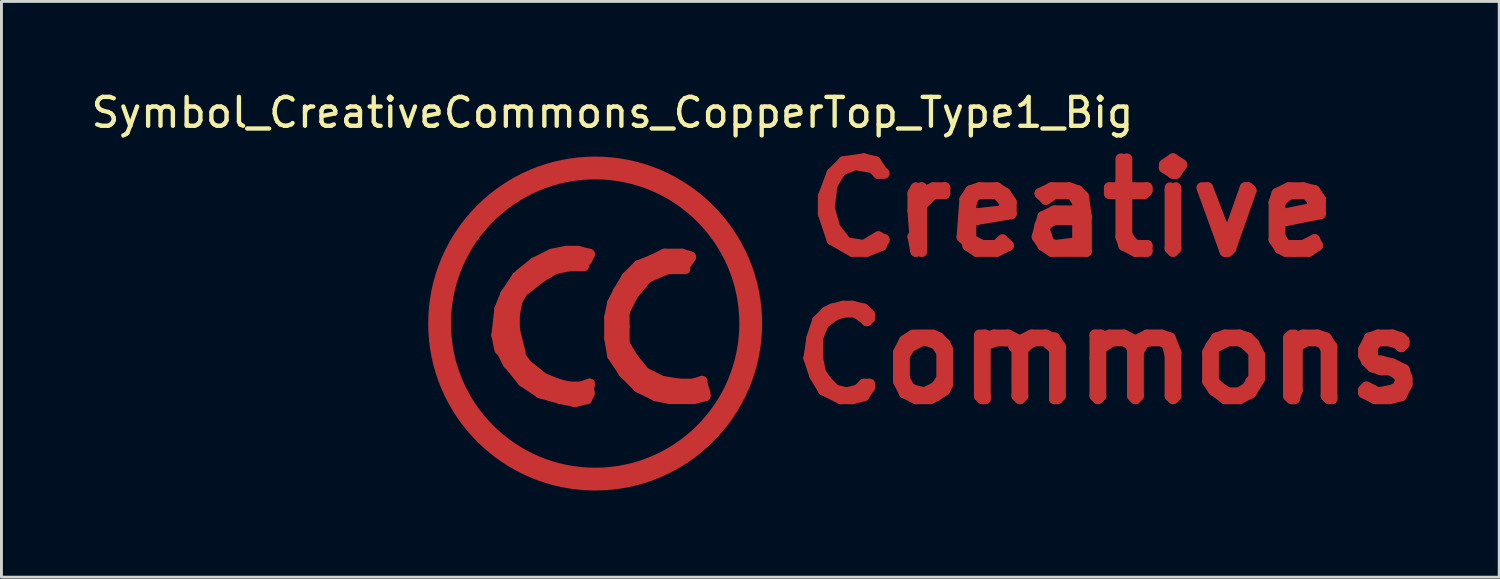
<source format=kicad_pcb>
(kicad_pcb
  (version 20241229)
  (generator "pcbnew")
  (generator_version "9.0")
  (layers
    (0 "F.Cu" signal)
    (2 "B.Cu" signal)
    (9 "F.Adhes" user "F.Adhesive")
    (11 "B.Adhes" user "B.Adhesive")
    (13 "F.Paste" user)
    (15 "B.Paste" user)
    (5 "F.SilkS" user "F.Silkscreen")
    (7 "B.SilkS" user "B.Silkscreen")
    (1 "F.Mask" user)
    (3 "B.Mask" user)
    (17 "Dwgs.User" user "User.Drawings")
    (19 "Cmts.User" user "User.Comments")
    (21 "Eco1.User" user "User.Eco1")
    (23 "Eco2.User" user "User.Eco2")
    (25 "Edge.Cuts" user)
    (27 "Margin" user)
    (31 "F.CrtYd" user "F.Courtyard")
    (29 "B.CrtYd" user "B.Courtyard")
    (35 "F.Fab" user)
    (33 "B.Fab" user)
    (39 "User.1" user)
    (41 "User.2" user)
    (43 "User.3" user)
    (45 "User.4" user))
  (footprint "Symbol_CreativeCommons_CopperTop_Type1_Big"
    (layer "F.Cu")
    (at 17.549 8.148)
    (property "Reference" "Symbol_CreativeCommons_CopperTop_Type1_Big" (at 0.599 -7.3 0) (layer "F.SilkS") (effects (font (size 1 1) (thickness 0.15))))
    (attr exclude_from_pos_files exclude_from_bom)
    (fp_line (start -5.4 0.099) (end -5.199 1.3) (stroke (width 0.381) (type solid)) (layer "F.Cu"))
    (fp_line (start -5.301 -1.1) (end -5.4 0.099) (stroke (width 0.381) (type solid)) (layer "F.Cu"))
    (fp_line (start -5.199 1.3) (end -4.801 2.4) (stroke (width 0.381) (type solid)) (layer "F.Cu"))
    (fp_line (start -5.001 -2.101) (end -5.301 -1.1) (stroke (width 0.381) (type solid)) (layer "F.Cu"))
    (fp_line (start -4.801 2.4) (end -3.8 3.899) (stroke (width 0.381) (type solid)) (layer "F.Cu"))
    (fp_line (start -4.501 -3) (end -5.001 -2.101) (stroke (width 0.381) (type solid)) (layer "F.Cu"))
    (fp_line (start -4 -3.599) (end -4.501 -3) (stroke (width 0.381) (type solid)) (layer "F.Cu"))
    (fp_line (start -3.8 3.899) (end -2.601 4.801) (stroke (width 0.381) (type solid)) (layer "F.Cu"))
    (fp_line (start -3.401 0.399) (end -3.299 0.899) (stroke (width 0.381) (type solid)) (layer "F.Cu"))
    (fp_line (start -3.299 -4.201) (end -4 -3.599) (stroke (width 0.381) (type solid)) (layer "F.Cu"))
    (fp_line (start -3.299 -0.5) (end -3.401 0.399) (stroke (width 0.381) (type solid)) (layer "F.Cu"))
    (fp_line (start -3.299 -0.3) (end -3.299 0.401) (stroke (width 0.381) (type solid)) (layer "F.Cu"))
    (fp_line (start -3.299 0.401) (end -3.2 1.001) (stroke (width 0.381) (type solid)) (layer "F.Cu"))
    (fp_line (start -3.299 0.8) (end -3 1.4) (stroke (width 0.381) (type solid)) (layer "F.Cu"))
    (fp_line (start -3.099 -1.001) (end -3.299 -0.5) (stroke (width 0.381) (type solid)) (layer "F.Cu"))
    (fp_line (start -3.099 -0.899) (end -3.299 -0.3) (stroke (width 0.381) (type solid)) (layer "F.Cu"))
    (fp_line (start -3.099 0) (end -3 -0.599) (stroke (width 0.381) (type solid)) (layer "F.Cu"))
    (fp_line (start -3 -0.8) (end -2.7 -1.3) (stroke (width 0.381) (type solid)) (layer "F.Cu"))
    (fp_line (start -3 0.701) (end -3.099 0) (stroke (width 0.381) (type solid)) (layer "F.Cu"))
    (fp_line (start -2.997 1.199) (end -2.598 1.199) (stroke (width 0.381) (type solid)) (layer "F.Cu"))
    (fp_line (start -2.898 1.499) (end -2.497 1.999) (stroke (width 0.381) (type solid)) (layer "F.Cu"))
    (fp_line (start -2.799 -0.3) (end -2.799 0.201) (stroke (width 0.381) (type solid)) (layer "F.Cu"))
    (fp_line (start -2.799 0.201) (end -2.598 1.001) (stroke (width 0.381) (type solid)) (layer "F.Cu"))
    (fp_line (start -2.799 1.4) (end -3 0.701) (stroke (width 0.381) (type solid)) (layer "F.Cu"))
    (fp_line (start -2.7 -4.699) (end -3.299 -4.201) (stroke (width 0.381) (type solid)) (layer "F.Cu"))
    (fp_line (start -2.7 -1.6) (end -3.099 -1.001) (stroke (width 0.381) (type solid)) (layer "F.Cu"))
    (fp_line (start -2.7 -1.1) (end -2.2 -1.6) (stroke (width 0.381) (type solid)) (layer "F.Cu"))
    (fp_line (start -2.7 -0.8) (end -2.799 -0.3) (stroke (width 0.381) (type solid)) (layer "F.Cu"))
    (fp_line (start -2.697 1.001) (end -2.398 1.4) (stroke (width 0.381) (type solid)) (layer "F.Cu"))
    (fp_line (start -2.601 4.801) (end -1.3 5.301) (stroke (width 0.381) (type solid)) (layer "F.Cu"))
    (fp_line (start -2.598 -1.6) (end -3.099 -0.899) (stroke (width 0.381) (type solid)) (layer "F.Cu"))
    (fp_line (start -2.499 -1.699) (end -2.7 -1.6) (stroke (width 0.381) (type solid)) (layer "F.Cu"))
    (fp_line (start -2.497 1.999) (end -1.897 2.4) (stroke (width 0.381) (type solid)) (layer "F.Cu"))
    (fp_line (start -2.4 -1.3) (end -2.7 -0.8) (stroke (width 0.381) (type solid)) (layer "F.Cu"))
    (fp_line (start -2.296 1.499) (end -1.796 1.9) (stroke (width 0.381) (type solid)) (layer "F.Cu"))
    (fp_line (start -2.296 1.798) (end -2.797 1.298) (stroke (width 0.381) (type solid)) (layer "F.Cu"))
    (fp_line (start -2.2 -1.699) (end -1.699 -1.999) (stroke (width 0.381) (type solid)) (layer "F.Cu"))
    (fp_line (start -2.101 -2.098) (end -2.598 -1.699) (stroke (width 0.381) (type solid)) (layer "F.Cu"))
    (fp_line (start -1.999 -4.9) (end -2.7 -4.699) (stroke (width 0.381) (type solid)) (layer "F.Cu"))
    (fp_line (start -1.9 -1.598) (end -2.4 -1.199) (stroke (width 0.381) (type solid)) (layer "F.Cu"))
    (fp_line (start -1.897 2.4) (end -1.196 2.598) (stroke (width 0.381) (type solid)) (layer "F.Cu"))
    (fp_line (start -1.796 1.9) (end -1.298 2.098) (stroke (width 0.381) (type solid)) (layer "F.Cu"))
    (fp_line (start -1.699 -1.999) (end -1.199 -2.2) (stroke (width 0.381) (type solid)) (layer "F.Cu"))
    (fp_line (start -1.598 2.299) (end -2.296 1.798) (stroke (width 0.381) (type solid)) (layer "F.Cu"))
    (fp_line (start -1.499 -2.398) (end -2.101 -2.098) (stroke (width 0.381) (type solid)) (layer "F.Cu"))
    (fp_line (start -1.4 -1.897) (end -1.9 -1.598) (stroke (width 0.381) (type solid)) (layer "F.Cu"))
    (fp_line (start -1.3 -5.1) (end -1.999 -4.9) (stroke (width 0.381) (type solid)) (layer "F.Cu"))
    (fp_line (start -1.3 5.301) (end 0.099 5.301) (stroke (width 0.381) (type solid)) (layer "F.Cu"))
    (fp_line (start -1.298 2.098) (end -0.897 2.2) (stroke (width 0.381) (type solid)) (layer "F.Cu"))
    (fp_line (start -1.199 -2.2) (end -0.699 -2.2) (stroke (width 0.381) (type solid)) (layer "F.Cu"))
    (fp_line (start -1.196 2.598) (end -0.696 2.7) (stroke (width 0.381) (type solid)) (layer "F.Cu"))
    (fp_line (start -1.001 -2.499) (end -1.499 -2.398) (stroke (width 0.381) (type solid)) (layer "F.Cu"))
    (fp_line (start -0.899 -1.999) (end -1.4 -1.897) (stroke (width 0.381) (type solid)) (layer "F.Cu"))
    (fp_line (start -0.897 2.2) (end -0.498 2.2) (stroke (width 0.381) (type solid)) (layer "F.Cu"))
    (fp_line (start -0.897 2.499) (end -1.598 2.299) (stroke (width 0.381) (type solid)) (layer "F.Cu"))
    (fp_line (start -0.701 2.7) (end -0.3 2.601) (stroke (width 0.381) (type solid)) (layer "F.Cu"))
    (fp_line (start -0.699 -2.2) (end -0.3 -2.2) (stroke (width 0.381) (type solid)) (layer "F.Cu"))
    (fp_line (start -0.599 -2.499) (end -1.001 -2.499) (stroke (width 0.381) (type solid)) (layer "F.Cu"))
    (fp_line (start -0.5 -5.4) (end -1.3 -5.1) (stroke (width 0.381) (type solid)) (layer "F.Cu"))
    (fp_line (start -0.498 2.2) (end -0.198 2.098) (stroke (width 0.381) (type solid)) (layer "F.Cu"))
    (fp_line (start -0.399 -1.999) (end -0.899 -1.999) (stroke (width 0.381) (type solid)) (layer "F.Cu"))
    (fp_line (start -0.3 -2.2) (end -0.201 -2.398) (stroke (width 0.381) (type solid)) (layer "F.Cu"))
    (fp_line (start -0.3 2.601) (end -0.201 2.101) (stroke (width 0.381) (type solid)) (layer "F.Cu"))
    (fp_line (start -0.297 2.4) (end -0.897 2.499) (stroke (width 0.381) (type solid)) (layer "F.Cu"))
    (fp_line (start -0.201 -2.398) (end -0.599 -2.499) (stroke (width 0.381) (type solid)) (layer "F.Cu"))
    (fp_line (start -0.198 2.098) (end -0.297 2.4) (stroke (width 0.381) (type solid)) (layer "F.Cu"))
    (fp_line (start -0.198 2.4) (end -0.297 2.598) (stroke (width 0.381) (type solid)) (layer "F.Cu"))
    (fp_line (start 0 -5.4) (end -0.5 -5.4) (stroke (width 0.381) (type solid)) (layer "F.Cu"))
    (fp_line (start 0.099 5.301) (end 1.6 5.199) (stroke (width 0.381) (type solid)) (layer "F.Cu"))
    (fp_line (start 0.503 -0.201) (end 0.503 0.498) (stroke (width 0.381) (type solid)) (layer "F.Cu"))
    (fp_line (start 0.503 0.498) (end 0.602 1.1) (stroke (width 0.381) (type solid)) (layer "F.Cu"))
    (fp_line (start 0.602 -0.701) (end 0.503 -0.201) (stroke (width 0.381) (type solid)) (layer "F.Cu"))
    (fp_line (start 0.602 1.1) (end 1.001 1.699) (stroke (width 0.381) (type solid)) (layer "F.Cu"))
    (fp_line (start 0.701 -0.3) (end 1.001 -1.001) (stroke (width 0.381) (type solid)) (layer "F.Cu"))
    (fp_line (start 0.803 -1.1) (end 0.602 -0.701) (stroke (width 0.381) (type solid)) (layer "F.Cu"))
    (fp_line (start 0.803 0.699) (end 0.701 -0.3) (stroke (width 0.381) (type solid)) (layer "F.Cu"))
    (fp_line (start 1.001 -1.001) (end 1.603 -1.702) (stroke (width 0.381) (type solid)) (layer "F.Cu"))
    (fp_line (start 1.001 -0.401) (end 1.001 0.099) (stroke (width 0.381) (type solid)) (layer "F.Cu"))
    (fp_line (start 1.001 0.099) (end 1.001 0.699) (stroke (width 0.381) (type solid)) (layer "F.Cu"))
    (fp_line (start 1.001 0.699) (end 1.3 1.199) (stroke (width 0.381) (type solid)) (layer "F.Cu"))
    (fp_line (start 1.001 1.699) (end 1.501 2.2) (stroke (width 0.381) (type solid)) (layer "F.Cu"))
    (fp_line (start 1.102 -1.6) (end 0.803 -1.1) (stroke (width 0.381) (type solid)) (layer "F.Cu"))
    (fp_line (start 1.201 1.6) (end 0.803 0.699) (stroke (width 0.381) (type solid)) (layer "F.Cu"))
    (fp_line (start 1.3 -1.001) (end 1.001 -0.401) (stroke (width 0.381) (type solid)) (layer "F.Cu"))
    (fp_line (start 1.3 1.199) (end 1.702 1.699) (stroke (width 0.381) (type solid)) (layer "F.Cu"))
    (fp_line (start 1.4 -5.199) (end 0 -5.301) (stroke (width 0.381) (type solid)) (layer "F.Cu"))
    (fp_line (start 1.501 -2.002) (end 1.102 -1.6) (stroke (width 0.381) (type solid)) (layer "F.Cu"))
    (fp_line (start 1.501 2.2) (end 2.101 2.499) (stroke (width 0.381) (type solid)) (layer "F.Cu"))
    (fp_line (start 1.6 5.199) (end 2.601 4.699) (stroke (width 0.381) (type solid)) (layer "F.Cu"))
    (fp_line (start 1.603 -1.702) (end 2.301 -2.101) (stroke (width 0.381) (type solid)) (layer "F.Cu"))
    (fp_line (start 1.702 1.699) (end 2.301 1.999) (stroke (width 0.381) (type solid)) (layer "F.Cu"))
    (fp_line (start 1.801 -1.6) (end 1.3 -1.001) (stroke (width 0.381) (type solid)) (layer "F.Cu"))
    (fp_line (start 1.801 2.098) (end 1.201 1.6) (stroke (width 0.381) (type solid)) (layer "F.Cu"))
    (fp_line (start 2.002 -2.202) (end 1.501 -2.002) (stroke (width 0.381) (type solid)) (layer "F.Cu"))
    (fp_line (start 2.101 2.499) (end 2.601 2.598) (stroke (width 0.381) (type solid)) (layer "F.Cu"))
    (fp_line (start 2.301 -2.101) (end 3.002 -2.101) (stroke (width 0.381) (type solid)) (layer "F.Cu"))
    (fp_line (start 2.301 1.999) (end 2.901 2.098) (stroke (width 0.381) (type solid)) (layer "F.Cu"))
    (fp_line (start 2.4 -4.801) (end 1.4 -5.199) (stroke (width 0.381) (type solid)) (layer "F.Cu"))
    (fp_line (start 2.403 -2.4) (end 2.002 -2.202) (stroke (width 0.381) (type solid)) (layer "F.Cu"))
    (fp_line (start 2.502 -1.9) (end 1.801 -1.6) (stroke (width 0.381) (type solid)) (layer "F.Cu"))
    (fp_line (start 2.601 2.598) (end 3.002 2.598) (stroke (width 0.381) (type solid)) (layer "F.Cu"))
    (fp_line (start 2.601 4.699) (end 4.201 3.401) (stroke (width 0.381) (type solid)) (layer "F.Cu"))
    (fp_line (start 2.802 2.4) (end 1.801 2.098) (stroke (width 0.381) (type solid)) (layer "F.Cu"))
    (fp_line (start 2.901 2.098) (end 3.401 2.098) (stroke (width 0.381) (type solid)) (layer "F.Cu"))
    (fp_line (start 3 -2.4) (end 3.299 -2.301) (stroke (width 0.381) (type solid)) (layer "F.Cu"))
    (fp_line (start 3.002 -2.4) (end 2.403 -2.4) (stroke (width 0.381) (type solid)) (layer "F.Cu"))
    (fp_line (start 3.002 -2.101) (end 3.101 -1.9) (stroke (width 0.381) (type solid)) (layer "F.Cu"))
    (fp_line (start 3.002 2.598) (end 3.401 2.598) (stroke (width 0.381) (type solid)) (layer "F.Cu"))
    (fp_line (start 3.101 -1.9) (end 2.502 -1.9) (stroke (width 0.381) (type solid)) (layer "F.Cu"))
    (fp_line (start 3.299 -2.301) (end 3.099 -1.999) (stroke (width 0.381) (type solid)) (layer "F.Cu"))
    (fp_line (start 3.401 -4.1) (end 2.4 -4.801) (stroke (width 0.381) (type solid)) (layer "F.Cu"))
    (fp_line (start 3.401 2.098) (end 3.701 1.999) (stroke (width 0.381) (type solid)) (layer "F.Cu"))
    (fp_line (start 3.401 2.598) (end 3.802 2.499) (stroke (width 0.381) (type solid)) (layer "F.Cu"))
    (fp_line (start 3.701 2.101) (end 3.8 2.4) (stroke (width 0.381) (type solid)) (layer "F.Cu"))
    (fp_line (start 3.701 2.299) (end 2.802 2.4) (stroke (width 0.381) (type solid)) (layer "F.Cu"))
    (fp_line (start 3.802 2.499) (end 3.701 2.299) (stroke (width 0.381) (type solid)) (layer "F.Cu"))
    (fp_line (start 4.201 3.401) (end 5.001 1.801) (stroke (width 0.381) (type solid)) (layer "F.Cu"))
    (fp_line (start 4.699 -2.499) (end 3.401 -4.1) (stroke (width 0.381) (type solid)) (layer "F.Cu"))
    (fp_line (start 5.001 1.801) (end 5.4 0.3) (stroke (width 0.381) (type solid)) (layer "F.Cu"))
    (fp_line (start 5.199 -1.4) (end 4.699 -2.499) (stroke (width 0.381) (type solid)) (layer "F.Cu"))
    (fp_line (start 5.4 0.3) (end 5.199 -1.4) (stroke (width 0.381) (type solid)) (layer "F.Cu"))
    (fp_line (start 7.399 1.199) (end 7.6 1.801) (stroke (width 0.381) (type solid)) (layer "F.Cu"))
    (fp_line (start 7.501 0.5) (end 7.399 1.199) (stroke (width 0.381) (type solid)) (layer "F.Cu"))
    (fp_line (start 7.6 1.801) (end 7.899 2.301) (stroke (width 0.381) (type solid)) (layer "F.Cu"))
    (fp_line (start 7.699 -0.099) (end 7.501 0.5) (stroke (width 0.381) (type solid)) (layer "F.Cu"))
    (fp_line (start 7.699 0.5) (end 7.899 0) (stroke (width 0.381) (type solid)) (layer "F.Cu"))
    (fp_line (start 7.699 1.199) (end 7.699 0.5) (stroke (width 0.381) (type solid)) (layer "F.Cu"))
    (fp_line (start 7.8 1.699) (end 7.699 1.199) (stroke (width 0.381) (type solid)) (layer "F.Cu"))
    (fp_line (start 7.899 -4.399) (end 7.899 -3.8) (stroke (width 0.381) (type solid)) (layer "F.Cu"))
    (fp_line (start 7.899 -3.8) (end 8.199 -2.901) (stroke (width 0.381) (type solid)) (layer "F.Cu"))
    (fp_line (start 7.899 0) (end 8.301 -0.3) (stroke (width 0.381) (type solid)) (layer "F.Cu"))
    (fp_line (start 7.899 2.301) (end 8.499 2.601) (stroke (width 0.381) (type solid)) (layer "F.Cu"))
    (fp_line (start 8.001 -0.399) (end 7.699 -0.099) (stroke (width 0.381) (type solid)) (layer "F.Cu"))
    (fp_line (start 8.001 1.999) (end 7.8 1.699) (stroke (width 0.381) (type solid)) (layer "F.Cu"))
    (fp_line (start 8.1 -4) (end 8.199 -4.801) (stroke (width 0.381) (type solid)) (layer "F.Cu"))
    (fp_line (start 8.199 -5.199) (end 7.899 -4.399) (stroke (width 0.381) (type solid)) (layer "F.Cu"))
    (fp_line (start 8.199 -4.801) (end 8.499 -5.301) (stroke (width 0.381) (type solid)) (layer "F.Cu"))
    (fp_line (start 8.199 -2.901) (end 8.9 -2.499) (stroke (width 0.381) (type solid)) (layer "F.Cu"))
    (fp_line (start 8.199 -0.5) (end 8.001 -0.399) (stroke (width 0.381) (type solid)) (layer "F.Cu"))
    (fp_line (start 8.301 -3.299) (end 8.1 -4) (stroke (width 0.381) (type solid)) (layer "F.Cu"))
    (fp_line (start 8.301 -0.3) (end 8.6 -0.399) (stroke (width 0.381) (type solid)) (layer "F.Cu"))
    (fp_line (start 8.301 2.301) (end 8.001 1.999) (stroke (width 0.381) (type solid)) (layer "F.Cu"))
    (fp_line (start 8.499 -5.301) (end 8.999 -5.499) (stroke (width 0.381) (type solid)) (layer "F.Cu"))
    (fp_line (start 8.499 2.601) (end 8.9 2.601) (stroke (width 0.381) (type solid)) (layer "F.Cu"))
    (fp_line (start 8.6 -5.601) (end 8.199 -5.199) (stroke (width 0.381) (type solid)) (layer "F.Cu"))
    (fp_line (start 8.6 -0.599) (end 8.199 -0.5) (stroke (width 0.381) (type solid)) (layer "F.Cu"))
    (fp_line (start 8.6 -0.399) (end 8.999 -0.399) (stroke (width 0.381) (type solid)) (layer "F.Cu"))
    (fp_line (start 8.7 -2.799) (end 8.301 -3.299) (stroke (width 0.381) (type solid)) (layer "F.Cu"))
    (fp_line (start 8.7 2.4) (end 8.301 2.301) (stroke (width 0.381) (type solid)) (layer "F.Cu"))
    (fp_line (start 8.9 -2.499) (end 9.401 -2.499) (stroke (width 0.381) (type solid)) (layer "F.Cu"))
    (fp_line (start 8.9 -0.599) (end 8.6 -0.599) (stroke (width 0.381) (type solid)) (layer "F.Cu"))
    (fp_line (start 8.9 2.601) (end 9.299 2.499) (stroke (width 0.381) (type solid)) (layer "F.Cu"))
    (fp_line (start 8.999 -5.499) (end 9.601 -5.4) (stroke (width 0.381) (type solid)) (layer "F.Cu"))
    (fp_line (start 8.999 -0.399) (end 9.299 -0.201) (stroke (width 0.381) (type solid)) (layer "F.Cu"))
    (fp_line (start 9.101 2.301) (end 8.7 2.4) (stroke (width 0.381) (type solid)) (layer "F.Cu"))
    (fp_line (start 9.299 -5.7) (end 8.6 -5.601) (stroke (width 0.381) (type solid)) (layer "F.Cu"))
    (fp_line (start 9.299 -2.7) (end 8.7 -2.799) (stroke (width 0.381) (type solid)) (layer "F.Cu"))
    (fp_line (start 9.299 -0.5) (end 8.9 -0.599) (stroke (width 0.381) (type solid)) (layer "F.Cu"))
    (fp_line (start 9.299 -0.201) (end 9.401 -0.099) (stroke (width 0.381) (type solid)) (layer "F.Cu"))
    (fp_line (start 9.299 2.101) (end 9.101 2.301) (stroke (width 0.381) (type solid)) (layer "F.Cu"))
    (fp_line (start 9.299 2.499) (end 9.5 2.2) (stroke (width 0.381) (type solid)) (layer "F.Cu"))
    (fp_line (start 9.401 -2.499) (end 9.901 -2.7) (stroke (width 0.381) (type solid)) (layer "F.Cu"))
    (fp_line (start 9.401 -0.099) (end 9.5 -0.201) (stroke (width 0.381) (type solid)) (layer "F.Cu"))
    (fp_line (start 9.5 -0.3) (end 9.299 -0.5) (stroke (width 0.381) (type solid)) (layer "F.Cu"))
    (fp_line (start 9.5 -0.201) (end 9.5 -0.3) (stroke (width 0.381) (type solid)) (layer "F.Cu"))
    (fp_line (start 9.5 2.101) (end 9.299 2.101) (stroke (width 0.381) (type solid)) (layer "F.Cu"))
    (fp_line (start 9.5 2.2) (end 9.5 2.101) (stroke (width 0.381) (type solid)) (layer "F.Cu"))
    (fp_line (start 9.601 -5.4) (end 9.799 -5.199) (stroke (width 0.381) (type solid)) (layer "F.Cu"))
    (fp_line (start 9.7 -5.601) (end 9.299 -5.7) (stroke (width 0.381) (type solid)) (layer "F.Cu"))
    (fp_line (start 9.799 -5.199) (end 10 -5.199) (stroke (width 0.381) (type solid)) (layer "F.Cu"))
    (fp_line (start 9.799 -3) (end 9.299 -2.7) (stroke (width 0.381) (type solid)) (layer "F.Cu"))
    (fp_line (start 9.901 -5.301) (end 9.7 -5.601) (stroke (width 0.381) (type solid)) (layer "F.Cu"))
    (fp_line (start 9.901 -2.7) (end 10 -2.901) (stroke (width 0.381) (type solid)) (layer "F.Cu"))
    (fp_line (start 10 -2.901) (end 9.799 -3) (stroke (width 0.381) (type solid)) (layer "F.Cu"))
    (fp_line (start 10.5 1.001) (end 10.701 0.599) (stroke (width 0.381) (type solid)) (layer "F.Cu"))
    (fp_line (start 10.5 1.999) (end 10.5 1.001) (stroke (width 0.381) (type solid)) (layer "F.Cu"))
    (fp_line (start 10.701 0.599) (end 11.001 0.399) (stroke (width 0.381) (type solid)) (layer "F.Cu"))
    (fp_line (start 10.701 1.1) (end 10.899 0.8) (stroke (width 0.381) (type solid)) (layer "F.Cu"))
    (fp_line (start 10.701 1.9) (end 10.701 1.1) (stroke (width 0.381) (type solid)) (layer "F.Cu"))
    (fp_line (start 10.701 2.101) (end 10.8 2.101) (stroke (width 0.381) (type solid)) (layer "F.Cu"))
    (fp_line (start 10.701 2.4) (end 10.5 1.999) (stroke (width 0.381) (type solid)) (layer "F.Cu"))
    (fp_line (start 10.8 2.101) (end 10.701 1.9) (stroke (width 0.381) (type solid)) (layer "F.Cu"))
    (fp_line (start 10.899 0.8) (end 11.3 0.599) (stroke (width 0.381) (type solid)) (layer "F.Cu"))
    (fp_line (start 11.001 -4.501) (end 11.001 -3.899) (stroke (width 0.381) (type solid)) (layer "F.Cu"))
    (fp_line (start 11.001 -3.899) (end 11.1 -2.499) (stroke (width 0.381) (type solid)) (layer "F.Cu"))
    (fp_line (start 11.001 -3) (end 11.3 -2.499) (stroke (width 0.381) (type solid)) (layer "F.Cu"))
    (fp_line (start 11.001 2.301) (end 10.701 2.101) (stroke (width 0.381) (type solid)) (layer "F.Cu"))
    (fp_line (start 11.1 -4.699) (end 11.001 -4.501) (stroke (width 0.381) (type solid)) (layer "F.Cu"))
    (fp_line (start 11.1 -2.499) (end 11.001 -3) (stroke (width 0.381) (type solid)) (layer "F.Cu"))
    (fp_line (start 11.1 0.399) (end 11.6 0.399) (stroke (width 0.381) (type solid)) (layer "F.Cu"))
    (fp_line (start 11.1 2.601) (end 10.701 2.4) (stroke (width 0.381) (type solid)) (layer "F.Cu"))
    (fp_line (start 11.199 0.5) (end 11.501 0.599) (stroke (width 0.381) (type solid)) (layer "F.Cu"))
    (fp_line (start 11.3 -4.699) (end 11.3 -4.501) (stroke (width 0.381) (type solid)) (layer "F.Cu"))
    (fp_line (start 11.3 -4.501) (end 11.699 -4.699) (stroke (width 0.381) (type solid)) (layer "F.Cu"))
    (fp_line (start 11.3 -2.499) (end 11.3 -4.699) (stroke (width 0.381) (type solid)) (layer "F.Cu"))
    (fp_line (start 11.4 2.4) (end 11.001 2.301) (stroke (width 0.381) (type solid)) (layer "F.Cu"))
    (fp_line (start 11.501 -4.3) (end 11.3 -4.1) (stroke (width 0.381) (type solid)) (layer "F.Cu"))
    (fp_line (start 11.501 0.599) (end 11.801 0.701) (stroke (width 0.381) (type solid)) (layer "F.Cu"))
    (fp_line (start 11.6 2.601) (end 11.1 2.601) (stroke (width 0.381) (type solid)) (layer "F.Cu"))
    (fp_line (start 11.699 -4.699) (end 12.101 -4.699) (stroke (width 0.381) (type solid)) (layer "F.Cu"))
    (fp_line (start 11.699 -4.501) (end 11.501 -4.3) (stroke (width 0.381) (type solid)) (layer "F.Cu"))
    (fp_line (start 11.699 0.399) (end 11.9 0.5) (stroke (width 0.381) (type solid)) (layer "F.Cu"))
    (fp_line (start 11.801 0.701) (end 11.999 1.001) (stroke (width 0.381) (type solid)) (layer "F.Cu"))
    (fp_line (start 11.801 2.2) (end 11.4 2.4) (stroke (width 0.381) (type solid)) (layer "F.Cu"))
    (fp_line (start 11.801 2.499) (end 11.6 2.601) (stroke (width 0.381) (type solid)) (layer "F.Cu"))
    (fp_line (start 11.9 0.5) (end 12.101 0.701) (stroke (width 0.381) (type solid)) (layer "F.Cu"))
    (fp_line (start 11.999 1.001) (end 11.999 1.9) (stroke (width 0.381) (type solid)) (layer "F.Cu"))
    (fp_line (start 11.999 1.9) (end 11.801 2.2) (stroke (width 0.381) (type solid)) (layer "F.Cu"))
    (fp_line (start 12.101 -4.699) (end 12.101 -4.501) (stroke (width 0.381) (type solid)) (layer "F.Cu"))
    (fp_line (start 12.101 -4.501) (end 11.699 -4.501) (stroke (width 0.381) (type solid)) (layer "F.Cu"))
    (fp_line (start 12.101 0.701) (end 12.2 0.899) (stroke (width 0.381) (type solid)) (layer "F.Cu"))
    (fp_line (start 12.101 2.301) (end 11.801 2.499) (stroke (width 0.381) (type solid)) (layer "F.Cu"))
    (fp_line (start 12.2 0.899) (end 12.2 2.101) (stroke (width 0.381) (type solid)) (layer "F.Cu"))
    (fp_line (start 12.2 2.101) (end 12.101 2.301) (stroke (width 0.381) (type solid)) (layer "F.Cu"))
    (fp_line (start 12.7 -3) (end 13 -2.7) (stroke (width 0.381) (type solid)) (layer "F.Cu"))
    (fp_line (start 12.799 -4.3) (end 12.7 -3) (stroke (width 0.381) (type solid)) (layer "F.Cu"))
    (fp_line (start 12.901 -2.7) (end 13.2 -2.499) (stroke (width 0.381) (type solid)) (layer "F.Cu"))
    (fp_line (start 13 -4.6) (end 12.799 -4.3) (stroke (width 0.381) (type solid)) (layer "F.Cu"))
    (fp_line (start 13 -4.1) (end 13.099 -4.399) (stroke (width 0.381) (type solid)) (layer "F.Cu"))
    (fp_line (start 13 -3.401) (end 13 -4.1) (stroke (width 0.381) (type solid)) (layer "F.Cu"))
    (fp_line (start 13 -2.901) (end 13 -3.401) (stroke (width 0.381) (type solid)) (layer "F.Cu"))
    (fp_line (start 13 -2.7) (end 12.901 -2.7) (stroke (width 0.381) (type solid)) (layer "F.Cu"))
    (fp_line (start 13.099 -4.399) (end 13.299 -4.501) (stroke (width 0.381) (type solid)) (layer "F.Cu"))
    (fp_line (start 13.2 -3.8) (end 13.2 -3.599) (stroke (width 0.381) (type solid)) (layer "F.Cu"))
    (fp_line (start 13.2 -3.599) (end 14.399 -3.8) (stroke (width 0.381) (type solid)) (layer "F.Cu"))
    (fp_line (start 13.2 -2.499) (end 13.899 -2.499) (stroke (width 0.381) (type solid)) (layer "F.Cu"))
    (fp_line (start 13.299 -4.699) (end 13 -4.6) (stroke (width 0.381) (type solid)) (layer "F.Cu"))
    (fp_line (start 13.299 -4.501) (end 13.599 -4.501) (stroke (width 0.381) (type solid)) (layer "F.Cu"))
    (fp_line (start 13.299 0.399) (end 13.299 2.499) (stroke (width 0.381) (type solid)) (layer "F.Cu"))
    (fp_line (start 13.299 2.499) (end 13.401 2.601) (stroke (width 0.381) (type solid)) (layer "F.Cu"))
    (fp_line (start 13.401 -2.7) (end 13 -2.901) (stroke (width 0.381) (type solid)) (layer "F.Cu"))
    (fp_line (start 13.401 2.601) (end 13.5 2.601) (stroke (width 0.381) (type solid)) (layer "F.Cu"))
    (fp_line (start 13.5 0.399) (end 13.401 0.399) (stroke (width 0.381) (type solid)) (layer "F.Cu"))
    (fp_line (start 13.5 0.5) (end 13.8 0.399) (stroke (width 0.381) (type solid)) (layer "F.Cu"))
    (fp_line (start 13.5 2.499) (end 13.5 0.399) (stroke (width 0.381) (type solid)) (layer "F.Cu"))
    (fp_line (start 13.5 2.601) (end 13.5 2.499) (stroke (width 0.381) (type solid)) (layer "F.Cu"))
    (fp_line (start 13.599 -4.501) (end 13.899 -4.501) (stroke (width 0.381) (type solid)) (layer "F.Cu"))
    (fp_line (start 13.8 0.399) (end 14.3 0.399) (stroke (width 0.381) (type solid)) (layer "F.Cu"))
    (fp_line (start 13.899 -4.699) (end 13.299 -4.699) (stroke (width 0.381) (type solid)) (layer "F.Cu"))
    (fp_line (start 13.899 -4.501) (end 14.1 -4.3) (stroke (width 0.381) (type solid)) (layer "F.Cu"))
    (fp_line (start 13.899 -2.7) (end 13.401 -2.7) (stroke (width 0.381) (type solid)) (layer "F.Cu"))
    (fp_line (start 13.899 -2.499) (end 14.3 -2.7) (stroke (width 0.381) (type solid)) (layer "F.Cu"))
    (fp_line (start 13.899 0.599) (end 13.599 0.701) (stroke (width 0.381) (type solid)) (layer "F.Cu"))
    (fp_line (start 14.1 -4.3) (end 14.201 -4.1) (stroke (width 0.381) (type solid)) (layer "F.Cu"))
    (fp_line (start 14.1 -3.899) (end 13.2 -3.8) (stroke (width 0.381) (type solid)) (layer "F.Cu"))
    (fp_line (start 14.1 -2.901) (end 13.899 -2.7) (stroke (width 0.381) (type solid)) (layer "F.Cu"))
    (fp_line (start 14.201 -4.501) (end 13.899 -4.699) (stroke (width 0.381) (type solid)) (layer "F.Cu"))
    (fp_line (start 14.201 -4.1) (end 14.1 -3.899) (stroke (width 0.381) (type solid)) (layer "F.Cu"))
    (fp_line (start 14.201 0.599) (end 13.899 0.599) (stroke (width 0.381) (type solid)) (layer "F.Cu"))
    (fp_line (start 14.3 -2.7) (end 14.201 -2.799) (stroke (width 0.381) (type solid)) (layer "F.Cu"))
    (fp_line (start 14.3 0.399) (end 14.699 0.599) (stroke (width 0.381) (type solid)) (layer "F.Cu"))
    (fp_line (start 14.399 -4.201) (end 14.201 -4.501) (stroke (width 0.381) (type solid)) (layer "F.Cu"))
    (fp_line (start 14.399 -3.8) (end 14.399 -4.201) (stroke (width 0.381) (type solid)) (layer "F.Cu"))
    (fp_line (start 14.399 0.599) (end 14.201 0.599) (stroke (width 0.381) (type solid)) (layer "F.Cu"))
    (fp_line (start 14.501 0.8) (end 14.399 0.599) (stroke (width 0.381) (type solid)) (layer "F.Cu"))
    (fp_line (start 14.6 0.8) (end 14.501 0.8) (stroke (width 0.381) (type solid)) (layer "F.Cu"))
    (fp_line (start 14.6 2.499) (end 14.6 0.8) (stroke (width 0.381) (type solid)) (layer "F.Cu"))
    (fp_line (start 14.699 0.599) (end 15.1 0.399) (stroke (width 0.381) (type solid)) (layer "F.Cu"))
    (fp_line (start 14.699 2.601) (end 14.6 2.499) (stroke (width 0.381) (type solid)) (layer "F.Cu"))
    (fp_line (start 14.801 0.899) (end 14.801 2.499) (stroke (width 0.381) (type solid)) (layer "F.Cu"))
    (fp_line (start 14.801 2.499) (end 14.699 2.601) (stroke (width 0.381) (type solid)) (layer "F.Cu"))
    (fp_line (start 15.001 0.701) (end 14.801 0.899) (stroke (width 0.381) (type solid)) (layer "F.Cu"))
    (fp_line (start 15.1 0.399) (end 15.601 0.399) (stroke (width 0.381) (type solid)) (layer "F.Cu"))
    (fp_line (start 15.199 0.599) (end 15.001 0.701) (stroke (width 0.381) (type solid)) (layer "F.Cu"))
    (fp_line (start 15.301 -3) (end 15.4 -3.401) (stroke (width 0.381) (type solid)) (layer "F.Cu"))
    (fp_line (start 15.4 -4.501) (end 15.799 -4.699) (stroke (width 0.381) (type solid)) (layer "F.Cu"))
    (fp_line (start 15.4 -3.401) (end 15.499 -3.701) (stroke (width 0.381) (type solid)) (layer "F.Cu"))
    (fp_line (start 15.499 -3.701) (end 15.9 -3.899) (stroke (width 0.381) (type solid)) (layer "F.Cu"))
    (fp_line (start 15.499 -3.299) (end 15.7 -3.5) (stroke (width 0.381) (type solid)) (layer "F.Cu"))
    (fp_line (start 15.499 -2.7) (end 15.301 -3) (stroke (width 0.381) (type solid)) (layer "F.Cu"))
    (fp_line (start 15.601 -4.3) (end 15.4 -4.501) (stroke (width 0.381) (type solid)) (layer "F.Cu"))
    (fp_line (start 15.601 -3.099) (end 15.499 -3.299) (stroke (width 0.381) (type solid)) (layer "F.Cu"))
    (fp_line (start 15.601 0.399) (end 15.799 0.5) (stroke (width 0.381) (type solid)) (layer "F.Cu"))
    (fp_line (start 15.601 0.599) (end 15.199 0.599) (stroke (width 0.381) (type solid)) (layer "F.Cu"))
    (fp_line (start 15.7 -3.5) (end 15.9 -3.599) (stroke (width 0.381) (type solid)) (layer "F.Cu"))
    (fp_line (start 15.7 -2.799) (end 15.601 -3.099) (stroke (width 0.381) (type solid)) (layer "F.Cu"))
    (fp_line (start 15.7 0.701) (end 15.601 0.599) (stroke (width 0.381) (type solid)) (layer "F.Cu"))
    (fp_line (start 15.799 -4.699) (end 16.401 -4.699) (stroke (width 0.381) (type solid)) (layer "F.Cu"))
    (fp_line (start 15.799 -2.499) (end 15.499 -2.7) (stroke (width 0.381) (type solid)) (layer "F.Cu"))
    (fp_line (start 15.799 0.5) (end 15.9 0.5) (stroke (width 0.381) (type solid)) (layer "F.Cu"))
    (fp_line (start 15.9 -4.501) (end 15.601 -4.3) (stroke (width 0.381) (type solid)) (layer "F.Cu"))
    (fp_line (start 15.9 -3.899) (end 16.701 -3.899) (stroke (width 0.381) (type solid)) (layer "F.Cu"))
    (fp_line (start 15.9 -3.599) (end 16.5 -3.599) (stroke (width 0.381) (type solid)) (layer "F.Cu"))
    (fp_line (start 15.9 -2.7) (end 15.7 -2.799) (stroke (width 0.381) (type solid)) (layer "F.Cu"))
    (fp_line (start 15.9 0.5) (end 16.101 0.8) (stroke (width 0.381) (type solid)) (layer "F.Cu"))
    (fp_line (start 15.9 0.899) (end 15.7 0.701) (stroke (width 0.381) (type solid)) (layer "F.Cu"))
    (fp_line (start 15.9 2.601) (end 15.9 0.899) (stroke (width 0.381) (type solid)) (layer "F.Cu"))
    (fp_line (start 15.999 2.601) (end 15.9 2.601) (stroke (width 0.381) (type solid)) (layer "F.Cu"))
    (fp_line (start 16.101 0.8) (end 16.101 2.499) (stroke (width 0.381) (type solid)) (layer "F.Cu"))
    (fp_line (start 16.101 2.499) (end 15.999 2.601) (stroke (width 0.381) (type solid)) (layer "F.Cu"))
    (fp_line (start 16.401 -4.699) (end 16.701 -4.6) (stroke (width 0.381) (type solid)) (layer "F.Cu"))
    (fp_line (start 16.5 -4.501) (end 15.9 -4.501) (stroke (width 0.381) (type solid)) (layer "F.Cu"))
    (fp_line (start 16.701 -4.6) (end 16.901 -4.399) (stroke (width 0.381) (type solid)) (layer "F.Cu"))
    (fp_line (start 16.701 -4.201) (end 16.5 -4.501) (stroke (width 0.381) (type solid)) (layer "F.Cu"))
    (fp_line (start 16.701 -3.899) (end 16.701 -4.201) (stroke (width 0.381) (type solid)) (layer "F.Cu"))
    (fp_line (start 16.701 -3.599) (end 16.701 -2.799) (stroke (width 0.381) (type solid)) (layer "F.Cu"))
    (fp_line (start 16.701 -2.799) (end 15.9 -2.7) (stroke (width 0.381) (type solid)) (layer "F.Cu"))
    (fp_line (start 16.901 -4.399) (end 17 -3.701) (stroke (width 0.381) (type solid)) (layer "F.Cu"))
    (fp_line (start 17 -3.701) (end 17 -2.499) (stroke (width 0.381) (type solid)) (layer "F.Cu"))
    (fp_line (start 17 -2.499) (end 15.799 -2.499) (stroke (width 0.381) (type solid)) (layer "F.Cu"))
    (fp_line (start 17.3 0.399) (end 17.3 1.199) (stroke (width 0.381) (type solid)) (layer "F.Cu"))
    (fp_line (start 17.3 1.199) (end 17.3 2.499) (stroke (width 0.381) (type solid)) (layer "F.Cu"))
    (fp_line (start 17.3 2.499) (end 17.399 2.601) (stroke (width 0.381) (type solid)) (layer "F.Cu"))
    (fp_line (start 17.399 2.601) (end 17.501 2.499) (stroke (width 0.381) (type solid)) (layer "F.Cu"))
    (fp_line (start 17.501 0.399) (end 17.3 0.399) (stroke (width 0.381) (type solid)) (layer "F.Cu"))
    (fp_line (start 17.501 2.499) (end 17.501 0.399) (stroke (width 0.381) (type solid)) (layer "F.Cu"))
    (fp_line (start 17.6 0.5) (end 17.8 0.399) (stroke (width 0.381) (type solid)) (layer "F.Cu"))
    (fp_line (start 17.8 -4.699) (end 17.8 -4.501) (stroke (width 0.381) (type solid)) (layer "F.Cu"))
    (fp_line (start 17.8 -4.501) (end 18.999 -4.501) (stroke (width 0.381) (type solid)) (layer "F.Cu"))
    (fp_line (start 17.8 0.399) (end 18.301 0.399) (stroke (width 0.381) (type solid)) (layer "F.Cu"))
    (fp_line (start 17.899 0.599) (end 17.6 0.8) (stroke (width 0.381) (type solid)) (layer "F.Cu"))
    (fp_line (start 18.199 -5.7) (end 18.199 -4.9) (stroke (width 0.381) (type solid)) (layer "F.Cu"))
    (fp_line (start 18.199 -4.9) (end 18.199 -3) (stroke (width 0.381) (type solid)) (layer "F.Cu"))
    (fp_line (start 18.199 -4.699) (end 17.8 -4.699) (stroke (width 0.381) (type solid)) (layer "F.Cu"))
    (fp_line (start 18.199 -3) (end 18.301 -2.7) (stroke (width 0.381) (type solid)) (layer "F.Cu"))
    (fp_line (start 18.301 -2.7) (end 18.699 -2.499) (stroke (width 0.381) (type solid)) (layer "F.Cu"))
    (fp_line (start 18.301 0.399) (end 18.699 0.599) (stroke (width 0.381) (type solid)) (layer "F.Cu"))
    (fp_line (start 18.301 0.599) (end 17.899 0.599) (stroke (width 0.381) (type solid)) (layer "F.Cu"))
    (fp_line (start 18.4 -3.099) (end 18.4 -5.7) (stroke (width 0.381) (type solid)) (layer "F.Cu"))
    (fp_line (start 18.499 -2.901) (end 18.4 -3.099) (stroke (width 0.381) (type solid)) (layer "F.Cu"))
    (fp_line (start 18.499 0.701) (end 18.301 0.599) (stroke (width 0.381) (type solid)) (layer "F.Cu"))
    (fp_line (start 18.6 0.899) (end 18.499 0.701) (stroke (width 0.381) (type solid)) (layer "F.Cu"))
    (fp_line (start 18.6 2.499) (end 18.6 0.899) (stroke (width 0.381) (type solid)) (layer "F.Cu"))
    (fp_line (start 18.699 -2.7) (end 18.499 -2.901) (stroke (width 0.381) (type solid)) (layer "F.Cu"))
    (fp_line (start 18.699 -2.499) (end 19.101 -2.499) (stroke (width 0.381) (type solid)) (layer "F.Cu"))
    (fp_line (start 18.699 0.599) (end 19.101 0.399) (stroke (width 0.381) (type solid)) (layer "F.Cu"))
    (fp_line (start 18.699 2.601) (end 18.6 2.499) (stroke (width 0.381) (type solid)) (layer "F.Cu"))
    (fp_line (start 18.801 0.701) (end 18.9 0.8) (stroke (width 0.381) (type solid)) (layer "F.Cu"))
    (fp_line (start 18.801 1.001) (end 18.801 2.499) (stroke (width 0.381) (type solid)) (layer "F.Cu"))
    (fp_line (start 18.801 2.499) (end 18.699 2.601) (stroke (width 0.381) (type solid)) (layer "F.Cu"))
    (fp_line (start 18.9 0.8) (end 18.801 1.001) (stroke (width 0.381) (type solid)) (layer "F.Cu"))
    (fp_line (start 18.999 -4.501) (end 19.101 -4.6) (stroke (width 0.381) (type solid)) (layer "F.Cu"))
    (fp_line (start 19.101 -4.699) (end 18.499 -4.699) (stroke (width 0.381) (type solid)) (layer "F.Cu"))
    (fp_line (start 19.101 -4.6) (end 19.101 -4.699) (stroke (width 0.381) (type solid)) (layer "F.Cu"))
    (fp_line (start 19.101 -2.7) (end 18.699 -2.7) (stroke (width 0.381) (type solid)) (layer "F.Cu"))
    (fp_line (start 19.101 -2.499) (end 19.101 -2.7) (stroke (width 0.381) (type solid)) (layer "F.Cu"))
    (fp_line (start 19.101 0.399) (end 19.601 0.399) (stroke (width 0.381) (type solid)) (layer "F.Cu"))
    (fp_line (start 19.2 0.599) (end 18.801 0.701) (stroke (width 0.381) (type solid)) (layer "F.Cu"))
    (fp_line (start 19.601 0.399) (end 19.901 0.5) (stroke (width 0.381) (type solid)) (layer "F.Cu"))
    (fp_line (start 19.601 0.599) (end 19.2 0.599) (stroke (width 0.381) (type solid)) (layer "F.Cu"))
    (fp_line (start 19.7 -5.499) (end 20 -5.7) (stroke (width 0.381) (type solid)) (layer "F.Cu"))
    (fp_line (start 19.7 -5.4) (end 19.901 -5.4) (stroke (width 0.381) (type solid)) (layer "F.Cu"))
    (fp_line (start 19.799 0.701) (end 19.601 0.599) (stroke (width 0.381) (type solid)) (layer "F.Cu"))
    (fp_line (start 19.901 -4.699) (end 19.901 -4.6) (stroke (width 0.381) (type solid)) (layer "F.Cu"))
    (fp_line (start 19.901 -4.6) (end 19.901 -2.601) (stroke (width 0.381) (type solid)) (layer "F.Cu"))
    (fp_line (start 19.901 -2.601) (end 20 -2.499) (stroke (width 0.381) (type solid)) (layer "F.Cu"))
    (fp_line (start 19.901 0.5) (end 20.099 1.001) (stroke (width 0.381) (type solid)) (layer "F.Cu"))
    (fp_line (start 19.901 1.1) (end 19.799 0.701) (stroke (width 0.381) (type solid)) (layer "F.Cu"))
    (fp_line (start 19.901 2.499) (end 19.901 1.1) (stroke (width 0.381) (type solid)) (layer "F.Cu"))
    (fp_line (start 20 -5.7) (end 20.3 -5.499) (stroke (width 0.381) (type solid)) (layer "F.Cu"))
    (fp_line (start 20 -5.199) (end 19.7 -5.4) (stroke (width 0.381) (type solid)) (layer "F.Cu"))
    (fp_line (start 20 -2.499) (end 20.099 -2.601) (stroke (width 0.381) (type solid)) (layer "F.Cu"))
    (fp_line (start 20 2.601) (end 19.901 2.499) (stroke (width 0.381) (type solid)) (layer "F.Cu"))
    (fp_line (start 20.099 -5.199) (end 20 -5.199) (stroke (width 0.381) (type solid)) (layer "F.Cu"))
    (fp_line (start 20.099 -4.6) (end 20.099 -4.699) (stroke (width 0.381) (type solid)) (layer "F.Cu"))
    (fp_line (start 20.099 -2.601) (end 20.099 -4.6) (stroke (width 0.381) (type solid)) (layer "F.Cu"))
    (fp_line (start 20.099 1.001) (end 20.099 2.499) (stroke (width 0.381) (type solid)) (layer "F.Cu"))
    (fp_line (start 20.099 2.499) (end 20 2.601) (stroke (width 0.381) (type solid)) (layer "F.Cu"))
    (fp_line (start 20.3 -5.499) (end 20.099 -5.199) (stroke (width 0.381) (type solid)) (layer "F.Cu"))
    (fp_line (start 21.001 -4.699) (end 21.801 -2.499) (stroke (width 0.381) (type solid)) (layer "F.Cu"))
    (fp_line (start 21.199 -4.699) (end 21.1 -4.699) (stroke (width 0.381) (type solid)) (layer "F.Cu"))
    (fp_line (start 21.199 1.001) (end 21.199 1.999) (stroke (width 0.381) (type solid)) (layer "F.Cu"))
    (fp_line (start 21.199 1.999) (end 21.399 2.301) (stroke (width 0.381) (type solid)) (layer "F.Cu"))
    (fp_line (start 21.3 0.8) (end 21.199 1.001) (stroke (width 0.381) (type solid)) (layer "F.Cu"))
    (fp_line (start 21.399 1.001) (end 21.399 1.999) (stroke (width 0.381) (type solid)) (layer "F.Cu"))
    (fp_line (start 21.399 1.999) (end 21.6 2.2) (stroke (width 0.381) (type solid)) (layer "F.Cu"))
    (fp_line (start 21.399 2.301) (end 21.801 2.601) (stroke (width 0.381) (type solid)) (layer "F.Cu"))
    (fp_line (start 21.501 0.5) (end 21.3 0.8) (stroke (width 0.381) (type solid)) (layer "F.Cu"))
    (fp_line (start 21.6 2.2) (end 21.9 2.4) (stroke (width 0.381) (type solid)) (layer "F.Cu"))
    (fp_line (start 21.699 -3.401) (end 21.199 -4.699) (stroke (width 0.381) (type solid)) (layer "F.Cu"))
    (fp_line (start 21.801 -3.299) (end 21.699 -3.401) (stroke (width 0.381) (type solid)) (layer "F.Cu"))
    (fp_line (start 21.801 -2.499) (end 21.9 -2.499) (stroke (width 0.381) (type solid)) (layer "F.Cu"))
    (fp_line (start 21.801 0.399) (end 21.501 0.5) (stroke (width 0.381) (type solid)) (layer "F.Cu"))
    (fp_line (start 21.801 2.601) (end 22.301 2.601) (stroke (width 0.381) (type solid)) (layer "F.Cu"))
    (fp_line (start 21.9 -3) (end 21.801 -3.299) (stroke (width 0.381) (type solid)) (layer "F.Cu"))
    (fp_line (start 21.9 -2.499) (end 21.999 -2.601) (stroke (width 0.381) (type solid)) (layer "F.Cu"))
    (fp_line (start 21.9 0.599) (end 21.501 0.8) (stroke (width 0.381) (type solid)) (layer "F.Cu"))
    (fp_line (start 21.9 2.4) (end 22.301 2.4) (stroke (width 0.381) (type solid)) (layer "F.Cu"))
    (fp_line (start 21.999 -2.601) (end 22.7 -4.6) (stroke (width 0.381) (type solid)) (layer "F.Cu"))
    (fp_line (start 22.301 0.399) (end 21.801 0.399) (stroke (width 0.381) (type solid)) (layer "F.Cu"))
    (fp_line (start 22.301 0.599) (end 21.9 0.599) (stroke (width 0.381) (type solid)) (layer "F.Cu"))
    (fp_line (start 22.301 2.4) (end 22.601 2.2) (stroke (width 0.381) (type solid)) (layer "F.Cu"))
    (fp_line (start 22.301 2.601) (end 22.7 2.4) (stroke (width 0.381) (type solid)) (layer "F.Cu"))
    (fp_line (start 22.499 -4.699) (end 21.9 -3) (stroke (width 0.381) (type solid)) (layer "F.Cu"))
    (fp_line (start 22.499 0.701) (end 22.301 0.599) (stroke (width 0.381) (type solid)) (layer "F.Cu"))
    (fp_line (start 22.601 -4.699) (end 22.499 -4.699) (stroke (width 0.381) (type solid)) (layer "F.Cu"))
    (fp_line (start 22.601 0.5) (end 22.301 0.399) (stroke (width 0.381) (type solid)) (layer "F.Cu"))
    (fp_line (start 22.601 2.2) (end 22.7 1.999) (stroke (width 0.381) (type solid)) (layer "F.Cu"))
    (fp_line (start 22.7 -4.6) (end 22.601 -4.699) (stroke (width 0.381) (type solid)) (layer "F.Cu"))
    (fp_line (start 22.7 1.999) (end 22.799 1.9) (stroke (width 0.381) (type solid)) (layer "F.Cu"))
    (fp_line (start 22.7 2.4) (end 23 1.9) (stroke (width 0.381) (type solid)) (layer "F.Cu"))
    (fp_line (start 22.799 0.701) (end 22.601 0.5) (stroke (width 0.381) (type solid)) (layer "F.Cu"))
    (fp_line (start 22.799 1.001) (end 22.499 0.701) (stroke (width 0.381) (type solid)) (layer "F.Cu"))
    (fp_line (start 22.799 1.9) (end 22.799 1.001) (stroke (width 0.381) (type solid)) (layer "F.Cu"))
    (fp_line (start 23 1.1) (end 22.799 0.701) (stroke (width 0.381) (type solid)) (layer "F.Cu"))
    (fp_line (start 23 1.9) (end 23 1.1) (stroke (width 0.381) (type solid)) (layer "F.Cu"))
    (fp_line (start 23.5 -4.201) (end 23.599 -4.501) (stroke (width 0.381) (type solid)) (layer "F.Cu"))
    (fp_line (start 23.5 -2.901) (end 23.5 -4.201) (stroke (width 0.381) (type solid)) (layer "F.Cu"))
    (fp_line (start 23.599 -4.501) (end 24 -4.699) (stroke (width 0.381) (type solid)) (layer "F.Cu"))
    (fp_line (start 23.599 -3.5) (end 23.701 -3.899) (stroke (width 0.381) (type solid)) (layer "F.Cu"))
    (fp_line (start 23.701 -4.201) (end 23.899 -4.399) (stroke (width 0.381) (type solid)) (layer "F.Cu"))
    (fp_line (start 23.701 -3.899) (end 23.701 -4.201) (stroke (width 0.381) (type solid)) (layer "F.Cu"))
    (fp_line (start 23.701 -3) (end 23.701 -3.5) (stroke (width 0.381) (type solid)) (layer "F.Cu"))
    (fp_line (start 23.701 -2.601) (end 23.5 -2.901) (stroke (width 0.381) (type solid)) (layer "F.Cu"))
    (fp_line (start 23.899 -4.399) (end 24.1 -4.501) (stroke (width 0.381) (type solid)) (layer "F.Cu"))
    (fp_line (start 23.899 -2.7) (end 23.701 -3) (stroke (width 0.381) (type solid)) (layer "F.Cu"))
    (fp_line (start 23.899 -2.499) (end 23.701 -2.601) (stroke (width 0.381) (type solid)) (layer "F.Cu"))
    (fp_line (start 24 -4.699) (end 24.501 -4.699) (stroke (width 0.381) (type solid)) (layer "F.Cu"))
    (fp_line (start 24 0.5) (end 24 2.499) (stroke (width 0.381) (type solid)) (layer "F.Cu"))
    (fp_line (start 24 2.499) (end 24.1 2.601) (stroke (width 0.381) (type solid)) (layer "F.Cu"))
    (fp_line (start 24.1 -4.501) (end 24.6 -4.501) (stroke (width 0.381) (type solid)) (layer "F.Cu"))
    (fp_line (start 24.1 0.399) (end 24 0.5) (stroke (width 0.381) (type solid)) (layer "F.Cu"))
    (fp_line (start 24.1 2.601) (end 24.201 2.601) (stroke (width 0.381) (type solid)) (layer "F.Cu"))
    (fp_line (start 24.201 -2.499) (end 23.899 -2.499) (stroke (width 0.381) (type solid)) (layer "F.Cu"))
    (fp_line (start 24.201 2.601) (end 24.3 2.301) (stroke (width 0.381) (type solid)) (layer "F.Cu"))
    (fp_line (start 24.3 0.5) (end 24.201 0.399) (stroke (width 0.381) (type solid)) (layer "F.Cu"))
    (fp_line (start 24.3 0.5) (end 24.501 0.399) (stroke (width 0.381) (type solid)) (layer "F.Cu"))
    (fp_line (start 24.3 0.701) (end 24.3 0.5) (stroke (width 0.381) (type solid)) (layer "F.Cu"))
    (fp_line (start 24.3 2.301) (end 24.3 0.701) (stroke (width 0.381) (type solid)) (layer "F.Cu"))
    (fp_line (start 24.501 -4.699) (end 24.9 -4.6) (stroke (width 0.381) (type solid)) (layer "F.Cu"))
    (fp_line (start 24.501 -2.7) (end 23.899 -2.7) (stroke (width 0.381) (type solid)) (layer "F.Cu"))
    (fp_line (start 24.501 0.399) (end 25.001 0.399) (stroke (width 0.381) (type solid)) (layer "F.Cu"))
    (fp_line (start 24.6 -4.501) (end 24.801 -4.3) (stroke (width 0.381) (type solid)) (layer "F.Cu"))
    (fp_line (start 24.6 0.599) (end 24.3 0.8) (stroke (width 0.381) (type solid)) (layer "F.Cu"))
    (fp_line (start 24.699 -2.499) (end 24.201 -2.499) (stroke (width 0.381) (type solid)) (layer "F.Cu"))
    (fp_line (start 24.801 -4.3) (end 24.9 -4) (stroke (width 0.381) (type solid)) (layer "F.Cu"))
    (fp_line (start 24.9 -4.6) (end 25.1 -4.3) (stroke (width 0.381) (type solid)) (layer "F.Cu"))
    (fp_line (start 24.9 -4) (end 23.899 -3.8) (stroke (width 0.381) (type solid)) (layer "F.Cu"))
    (fp_line (start 24.9 -2.901) (end 24.501 -2.7) (stroke (width 0.381) (type solid)) (layer "F.Cu"))
    (fp_line (start 24.9 -2.901) (end 25.001 -2.7) (stroke (width 0.381) (type solid)) (layer "F.Cu"))
    (fp_line (start 25.001 -2.7) (end 24.699 -2.499) (stroke (width 0.381) (type solid)) (layer "F.Cu"))
    (fp_line (start 25.001 0.399) (end 25.301 0.5) (stroke (width 0.381) (type solid)) (layer "F.Cu"))
    (fp_line (start 25.001 0.599) (end 24.6 0.599) (stroke (width 0.381) (type solid)) (layer "F.Cu"))
    (fp_line (start 25.1 -4.3) (end 25.1 -3.8) (stroke (width 0.381) (type solid)) (layer "F.Cu"))
    (fp_line (start 25.1 -3.8) (end 23.599 -3.5) (stroke (width 0.381) (type solid)) (layer "F.Cu"))
    (fp_line (start 25.199 0.701) (end 25.001 0.599) (stroke (width 0.381) (type solid)) (layer "F.Cu"))
    (fp_line (start 25.301 0.5) (end 25.499 0.8) (stroke (width 0.381) (type solid)) (layer "F.Cu"))
    (fp_line (start 25.301 0.899) (end 25.199 0.701) (stroke (width 0.381) (type solid)) (layer "F.Cu"))
    (fp_line (start 25.301 2.499) (end 25.301 0.899) (stroke (width 0.381) (type solid)) (layer "F.Cu"))
    (fp_line (start 25.4 2.601) (end 25.301 2.499) (stroke (width 0.381) (type solid)) (layer "F.Cu"))
    (fp_line (start 25.499 0.8) (end 25.499 2.499) (stroke (width 0.381) (type solid)) (layer "F.Cu"))
    (fp_line (start 25.499 2.499) (end 25.499 2.601) (stroke (width 0.381) (type solid)) (layer "F.Cu"))
    (fp_line (start 25.499 2.601) (end 25.4 2.601) (stroke (width 0.381) (type solid)) (layer "F.Cu"))
    (fp_line (start 26.599 0.899) (end 26.599 1.1) (stroke (width 0.381) (type solid)) (layer "F.Cu"))
    (fp_line (start 26.599 1.1) (end 26.7 1.3) (stroke (width 0.381) (type solid)) (layer "F.Cu"))
    (fp_line (start 26.599 2.301) (end 26.599 2.4) (stroke (width 0.381) (type solid)) (layer "F.Cu"))
    (fp_line (start 26.599 2.4) (end 27 2.601) (stroke (width 0.381) (type solid)) (layer "F.Cu"))
    (fp_line (start 26.7 1.3) (end 26.901 1.501) (stroke (width 0.381) (type solid)) (layer "F.Cu"))
    (fp_line (start 26.7 2.2) (end 26.599 2.301) (stroke (width 0.381) (type solid)) (layer "F.Cu"))
    (fp_line (start 26.8 0.5) (end 26.599 0.899) (stroke (width 0.381) (type solid)) (layer "F.Cu"))
    (fp_line (start 26.901 0.8) (end 27.099 0.599) (stroke (width 0.381) (type solid)) (layer "F.Cu"))
    (fp_line (start 26.901 1.1) (end 26.901 0.8) (stroke (width 0.381) (type solid)) (layer "F.Cu"))
    (fp_line (start 26.901 1.501) (end 27.201 1.6) (stroke (width 0.381) (type solid)) (layer "F.Cu"))
    (fp_line (start 26.901 2.301) (end 26.7 2.2) (stroke (width 0.381) (type solid)) (layer "F.Cu"))
    (fp_line (start 27 1.3) (end 26.901 1.1) (stroke (width 0.381) (type solid)) (layer "F.Cu"))
    (fp_line (start 27 2.601) (end 27.501 2.601) (stroke (width 0.381) (type solid)) (layer "F.Cu"))
    (fp_line (start 27.099 0.399) (end 26.8 0.5) (stroke (width 0.381) (type solid)) (layer "F.Cu"))
    (fp_line (start 27.099 0.599) (end 27.501 0.599) (stroke (width 0.381) (type solid)) (layer "F.Cu"))
    (fp_line (start 27.099 2.4) (end 26.901 2.301) (stroke (width 0.381) (type solid)) (layer "F.Cu"))
    (fp_line (start 27.201 1.3) (end 27 1.3) (stroke (width 0.381) (type solid)) (layer "F.Cu"))
    (fp_line (start 27.201 1.6) (end 27.501 1.6) (stroke (width 0.381) (type solid)) (layer "F.Cu"))
    (fp_line (start 27.501 0.599) (end 27.8 0.701) (stroke (width 0.381) (type solid)) (layer "F.Cu"))
    (fp_line (start 27.501 1.6) (end 27.699 1.699) (stroke (width 0.381) (type solid)) (layer "F.Cu"))
    (fp_line (start 27.501 2.601) (end 27.899 2.499) (stroke (width 0.381) (type solid)) (layer "F.Cu"))
    (fp_line (start 27.6 0.399) (end 27.099 0.399) (stroke (width 0.381) (type solid)) (layer "F.Cu"))
    (fp_line (start 27.6 1.4) (end 27.201 1.3) (stroke (width 0.381) (type solid)) (layer "F.Cu"))
    (fp_line (start 27.6 2.301) (end 27.099 2.4) (stroke (width 0.381) (type solid)) (layer "F.Cu"))
    (fp_line (start 27.699 1.699) (end 27.899 1.9) (stroke (width 0.381) (type solid)) (layer "F.Cu"))
    (fp_line (start 27.8 0.701) (end 27.899 0.8) (stroke (width 0.381) (type solid)) (layer "F.Cu"))
    (fp_line (start 27.8 2.2) (end 27.6 2.301) (stroke (width 0.381) (type solid)) (layer "F.Cu"))
    (fp_line (start 27.899 0.5) (end 27.6 0.399) (stroke (width 0.381) (type solid)) (layer "F.Cu"))
    (fp_line (start 27.899 0.8) (end 28.001 0.701) (stroke (width 0.381) (type solid)) (layer "F.Cu"))
    (fp_line (start 27.899 1.9) (end 27.8 2.2) (stroke (width 0.381) (type solid)) (layer "F.Cu"))
    (fp_line (start 27.899 2.499) (end 28.1 2.101) (stroke (width 0.381) (type solid)) (layer "F.Cu"))
    (fp_line (start 28.001 0.599) (end 27.899 0.5) (stroke (width 0.381) (type solid)) (layer "F.Cu"))
    (fp_line (start 28.001 1.6) (end 27.6 1.4) (stroke (width 0.381) (type solid)) (layer "F.Cu"))
    (fp_line (start 28.1 1.9) (end 28.001 1.6) (stroke (width 0.381) (type solid)) (layer "F.Cu"))
    (fp_line (start 28.1 2.101) (end 28.1 1.9) (stroke (width 0.381) (type solid)) (layer "F.Cu"))
    (fp_circle (center 0 0) (end 5.08 1.016) (stroke (width 0.381) (type solid)) (fill no) (layer "F.Cu"))
    (fp_circle (center 0 0) (end 5.588 0) (stroke (width 0.381) (type solid)) (fill no) (layer "F.Cu")))
  (gr_rect
    (start -3 -3)
    (end 48.84 16.927)
    (stroke (width 0.1) (type default))
    (fill no)
    (layer "Edge.Cuts")))
</source>
